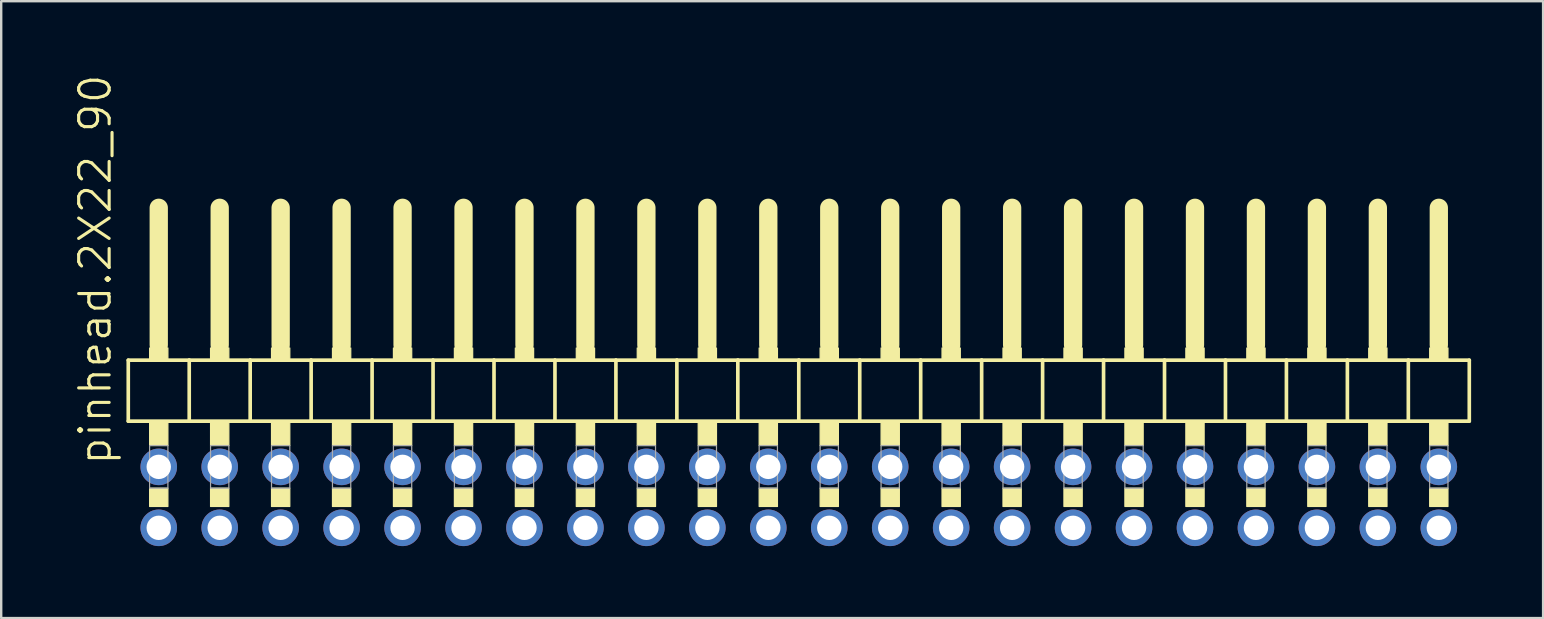
<source format=kicad_pcb>
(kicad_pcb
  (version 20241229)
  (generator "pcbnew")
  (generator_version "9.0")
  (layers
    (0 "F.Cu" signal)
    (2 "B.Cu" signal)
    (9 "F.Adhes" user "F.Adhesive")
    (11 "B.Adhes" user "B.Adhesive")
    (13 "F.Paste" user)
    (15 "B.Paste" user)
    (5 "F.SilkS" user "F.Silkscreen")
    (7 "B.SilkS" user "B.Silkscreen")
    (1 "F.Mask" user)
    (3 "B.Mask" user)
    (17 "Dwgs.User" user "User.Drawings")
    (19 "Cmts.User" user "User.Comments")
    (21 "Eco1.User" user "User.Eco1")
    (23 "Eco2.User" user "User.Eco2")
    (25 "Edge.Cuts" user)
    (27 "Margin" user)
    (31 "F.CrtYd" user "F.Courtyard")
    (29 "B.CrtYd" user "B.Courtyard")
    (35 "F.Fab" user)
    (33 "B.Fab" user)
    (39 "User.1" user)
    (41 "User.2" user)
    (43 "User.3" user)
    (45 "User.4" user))
  (footprint "pinhead.2X22_90"
    (layer "F.Cu")
    (at 30.235 12.594)
    (property "Reference" "pinhead.2X22_90" (at -28.575 3.81 90) (layer "F.SilkS") (effects (font (size 1.27 1.27) (thickness 0.13)) (justify left bottom)))
    (attr through_hole)
    (fp_line (start -27.94 -0.635) (end -27.94 1.905) (stroke (width 0.152) (type default)) (layer "F.SilkS"))
    (fp_line (start -27.94 1.905) (end -25.4 1.905) (stroke (width 0.152) (type default)) (layer "F.SilkS"))
    (fp_line (start -26.67 -6.985) (end -26.67 -1.27) (stroke (width 0.762) (type default)) (layer "F.SilkS"))
    (fp_line (start -25.4 -0.635) (end -27.94 -0.635) (stroke (width 0.152) (type default)) (layer "F.SilkS"))
    (fp_line (start -25.4 1.905) (end -25.4 -0.635) (stroke (width 0.152) (type default)) (layer "F.SilkS"))
    (fp_line (start -25.4 1.905) (end -22.86 1.905) (stroke (width 0.152) (type default)) (layer "F.SilkS"))
    (fp_line (start -24.13 -6.985) (end -24.13 -1.27) (stroke (width 0.762) (type default)) (layer "F.SilkS"))
    (fp_line (start -22.86 -0.635) (end -25.4 -0.635) (stroke (width 0.152) (type default)) (layer "F.SilkS"))
    (fp_line (start -22.86 1.905) (end -22.86 -0.635) (stroke (width 0.152) (type default)) (layer "F.SilkS"))
    (fp_line (start -22.86 1.905) (end -20.32 1.905) (stroke (width 0.152) (type default)) (layer "F.SilkS"))
    (fp_line (start -21.59 -6.985) (end -21.59 -1.27) (stroke (width 0.762) (type default)) (layer "F.SilkS"))
    (fp_line (start -20.32 -0.635) (end -22.86 -0.635) (stroke (width 0.152) (type default)) (layer "F.SilkS"))
    (fp_line (start -20.32 1.905) (end -20.32 -0.635) (stroke (width 0.152) (type default)) (layer "F.SilkS"))
    (fp_line (start -20.32 1.905) (end -17.78 1.905) (stroke (width 0.152) (type default)) (layer "F.SilkS"))
    (fp_line (start -19.05 -6.985) (end -19.05 -1.27) (stroke (width 0.762) (type default)) (layer "F.SilkS"))
    (fp_line (start -17.78 -0.635) (end -20.32 -0.635) (stroke (width 0.152) (type default)) (layer "F.SilkS"))
    (fp_line (start -17.78 1.905) (end -17.78 -0.635) (stroke (width 0.152) (type default)) (layer "F.SilkS"))
    (fp_line (start -17.78 1.905) (end -15.24 1.905) (stroke (width 0.152) (type default)) (layer "F.SilkS"))
    (fp_line (start -16.51 -6.985) (end -16.51 -1.27) (stroke (width 0.762) (type default)) (layer "F.SilkS"))
    (fp_line (start -15.24 -0.635) (end -17.78 -0.635) (stroke (width 0.152) (type default)) (layer "F.SilkS"))
    (fp_line (start -15.24 1.905) (end -15.24 -0.635) (stroke (width 0.152) (type default)) (layer "F.SilkS"))
    (fp_line (start -15.24 1.905) (end -12.7 1.905) (stroke (width 0.152) (type default)) (layer "F.SilkS"))
    (fp_line (start -13.97 -6.985) (end -13.97 -1.27) (stroke (width 0.762) (type default)) (layer "F.SilkS"))
    (fp_line (start -12.7 -0.635) (end -15.24 -0.635) (stroke (width 0.152) (type default)) (layer "F.SilkS"))
    (fp_line (start -12.7 1.905) (end -12.7 -0.635) (stroke (width 0.152) (type default)) (layer "F.SilkS"))
    (fp_line (start -12.7 1.905) (end -10.16 1.905) (stroke (width 0.152) (type default)) (layer "F.SilkS"))
    (fp_line (start -11.43 -6.985) (end -11.43 -1.27) (stroke (width 0.762) (type default)) (layer "F.SilkS"))
    (fp_line (start -10.16 -0.635) (end -12.7 -0.635) (stroke (width 0.152) (type default)) (layer "F.SilkS"))
    (fp_line (start -10.16 1.905) (end -10.16 -0.635) (stroke (width 0.152) (type default)) (layer "F.SilkS"))
    (fp_line (start -10.16 1.905) (end -7.62 1.905) (stroke (width 0.152) (type default)) (layer "F.SilkS"))
    (fp_line (start -8.89 -6.985) (end -8.89 -1.27) (stroke (width 0.762) (type default)) (layer "F.SilkS"))
    (fp_line (start -7.62 -0.635) (end -10.16 -0.635) (stroke (width 0.152) (type default)) (layer "F.SilkS"))
    (fp_line (start -7.62 1.905) (end -7.62 -0.635) (stroke (width 0.152) (type default)) (layer "F.SilkS"))
    (fp_line (start -7.62 1.905) (end -5.08 1.905) (stroke (width 0.152) (type default)) (layer "F.SilkS"))
    (fp_line (start -6.35 -6.985) (end -6.35 -1.27) (stroke (width 0.762) (type default)) (layer "F.SilkS"))
    (fp_line (start -5.08 -0.635) (end -7.62 -0.635) (stroke (width 0.152) (type default)) (layer "F.SilkS"))
    (fp_line (start -5.08 1.905) (end -5.08 -0.635) (stroke (width 0.152) (type default)) (layer "F.SilkS"))
    (fp_line (start -5.08 1.905) (end -2.54 1.905) (stroke (width 0.152) (type default)) (layer "F.SilkS"))
    (fp_line (start -3.81 -6.985) (end -3.81 -1.27) (stroke (width 0.762) (type default)) (layer "F.SilkS"))
    (fp_line (start -2.54 -0.635) (end -5.08 -0.635) (stroke (width 0.152) (type default)) (layer "F.SilkS"))
    (fp_line (start -2.54 1.905) (end -2.54 -0.635) (stroke (width 0.152) (type default)) (layer "F.SilkS"))
    (fp_line (start -2.54 1.905) (end 0 1.905) (stroke (width 0.152) (type default)) (layer "F.SilkS"))
    (fp_line (start -1.27 -6.985) (end -1.27 -1.27) (stroke (width 0.762) (type default)) (layer "F.SilkS"))
    (fp_line (start 0 -0.635) (end -2.54 -0.635) (stroke (width 0.152) (type default)) (layer "F.SilkS"))
    (fp_line (start 0 1.905) (end 0 -0.635) (stroke (width 0.152) (type default)) (layer "F.SilkS"))
    (fp_line (start 0 1.905) (end 2.54 1.905) (stroke (width 0.152) (type default)) (layer "F.SilkS"))
    (fp_line (start 1.27 -6.985) (end 1.27 -1.27) (stroke (width 0.762) (type default)) (layer "F.SilkS"))
    (fp_line (start 2.54 -0.635) (end 0 -0.635) (stroke (width 0.152) (type default)) (layer "F.SilkS"))
    (fp_line (start 2.54 1.905) (end 2.54 -0.635) (stroke (width 0.152) (type default)) (layer "F.SilkS"))
    (fp_line (start 2.54 1.905) (end 5.08 1.905) (stroke (width 0.152) (type default)) (layer "F.SilkS"))
    (fp_line (start 3.81 -6.985) (end 3.81 -1.27) (stroke (width 0.762) (type default)) (layer "F.SilkS"))
    (fp_line (start 5.08 -0.635) (end 2.54 -0.635) (stroke (width 0.152) (type default)) (layer "F.SilkS"))
    (fp_line (start 5.08 1.905) (end 5.08 -0.635) (stroke (width 0.152) (type default)) (layer "F.SilkS"))
    (fp_line (start 5.08 1.905) (end 7.62 1.905) (stroke (width 0.152) (type default)) (layer "F.SilkS"))
    (fp_line (start 6.35 -6.985) (end 6.35 -1.27) (stroke (width 0.762) (type default)) (layer "F.SilkS"))
    (fp_line (start 7.62 -0.635) (end 5.08 -0.635) (stroke (width 0.152) (type default)) (layer "F.SilkS"))
    (fp_line (start 7.62 1.905) (end 7.62 -0.635) (stroke (width 0.152) (type default)) (layer "F.SilkS"))
    (fp_line (start 7.62 1.905) (end 10.16 1.905) (stroke (width 0.152) (type default)) (layer "F.SilkS"))
    (fp_line (start 8.89 -6.985) (end 8.89 -1.27) (stroke (width 0.762) (type default)) (layer "F.SilkS"))
    (fp_line (start 10.16 -0.635) (end 7.62 -0.635) (stroke (width 0.152) (type default)) (layer "F.SilkS"))
    (fp_line (start 10.16 1.905) (end 10.16 -0.635) (stroke (width 0.152) (type default)) (layer "F.SilkS"))
    (fp_line (start 10.16 1.905) (end 12.7 1.905) (stroke (width 0.152) (type default)) (layer "F.SilkS"))
    (fp_line (start 11.43 -6.985) (end 11.43 -1.27) (stroke (width 0.762) (type default)) (layer "F.SilkS"))
    (fp_line (start 12.7 -0.635) (end 10.16 -0.635) (stroke (width 0.152) (type default)) (layer "F.SilkS"))
    (fp_line (start 12.7 1.905) (end 12.7 -0.635) (stroke (width 0.152) (type default)) (layer "F.SilkS"))
    (fp_line (start 12.7 1.905) (end 15.24 1.905) (stroke (width 0.152) (type default)) (layer "F.SilkS"))
    (fp_line (start 13.97 -6.985) (end 13.97 -1.27) (stroke (width 0.762) (type default)) (layer "F.SilkS"))
    (fp_line (start 15.24 -0.635) (end 12.7 -0.635) (stroke (width 0.152) (type default)) (layer "F.SilkS"))
    (fp_line (start 15.24 1.905) (end 15.24 -0.635) (stroke (width 0.152) (type default)) (layer "F.SilkS"))
    (fp_line (start 15.24 1.905) (end 17.78 1.905) (stroke (width 0.152) (type default)) (layer "F.SilkS"))
    (fp_line (start 16.51 -6.985) (end 16.51 -1.27) (stroke (width 0.762) (type default)) (layer "F.SilkS"))
    (fp_line (start 17.78 -0.635) (end 15.24 -0.635) (stroke (width 0.152) (type default)) (layer "F.SilkS"))
    (fp_line (start 17.78 1.905) (end 17.78 -0.635) (stroke (width 0.152) (type default)) (layer "F.SilkS"))
    (fp_line (start 17.78 1.905) (end 20.32 1.905) (stroke (width 0.152) (type default)) (layer "F.SilkS"))
    (fp_line (start 19.05 -6.985) (end 19.05 -1.27) (stroke (width 0.762) (type default)) (layer "F.SilkS"))
    (fp_line (start 20.32 -0.635) (end 17.78 -0.635) (stroke (width 0.152) (type default)) (layer "F.SilkS"))
    (fp_line (start 20.32 1.905) (end 20.32 -0.635) (stroke (width 0.152) (type default)) (layer "F.SilkS"))
    (fp_line (start 20.32 1.905) (end 22.86 1.905) (stroke (width 0.152) (type default)) (layer "F.SilkS"))
    (fp_line (start 21.59 -6.985) (end 21.59 -1.27) (stroke (width 0.762) (type default)) (layer "F.SilkS"))
    (fp_line (start 22.86 -0.635) (end 20.32 -0.635) (stroke (width 0.152) (type default)) (layer "F.SilkS"))
    (fp_line (start 22.86 1.905) (end 22.86 -0.635) (stroke (width 0.152) (type default)) (layer "F.SilkS"))
    (fp_line (start 22.86 1.905) (end 25.4 1.905) (stroke (width 0.152) (type default)) (layer "F.SilkS"))
    (fp_line (start 24.13 -6.985) (end 24.13 -1.27) (stroke (width 0.762) (type default)) (layer "F.SilkS"))
    (fp_line (start 25.4 -0.635) (end 22.86 -0.635) (stroke (width 0.152) (type default)) (layer "F.SilkS"))
    (fp_line (start 25.4 1.905) (end 25.4 -0.635) (stroke (width 0.152) (type default)) (layer "F.SilkS"))
    (fp_line (start 25.4 1.905) (end 27.94 1.905) (stroke (width 0.152) (type default)) (layer "F.SilkS"))
    (fp_line (start 26.67 -6.985) (end 26.67 -1.27) (stroke (width 0.762) (type default)) (layer "F.SilkS"))
    (fp_line (start 27.94 -0.635) (end 25.4 -0.635) (stroke (width 0.152) (type default)) (layer "F.SilkS"))
    (fp_line (start 27.94 1.905) (end 27.94 -0.635) (stroke (width 0.152) (type default)) (layer "F.SilkS"))
    (fp_rect (start -27.051 -0.635) (end -26.289 -1.143) (stroke (width 0.05) (type default)) (fill yes) (layer "F.SilkS"))
    (fp_rect (start -27.051 2.921) (end -26.289 1.905) (stroke (width 0.05) (type default)) (fill yes) (layer "F.SilkS"))
    (fp_rect (start -27.051 5.461) (end -26.289 4.699) (stroke (width 0.05) (type default)) (fill yes) (layer "F.SilkS"))
    (fp_rect (start -24.511 -0.635) (end -23.749 -1.143) (stroke (width 0.05) (type default)) (fill yes) (layer "F.SilkS"))
    (fp_rect (start -24.511 2.921) (end -23.749 1.905) (stroke (width 0.05) (type default)) (fill yes) (layer "F.SilkS"))
    (fp_rect (start -24.511 5.461) (end -23.749 4.699) (stroke (width 0.05) (type default)) (fill yes) (layer "F.SilkS"))
    (fp_rect (start -21.971 -0.635) (end -21.209 -1.143) (stroke (width 0.05) (type default)) (fill yes) (layer "F.SilkS"))
    (fp_rect (start -21.971 2.921) (end -21.209 1.905) (stroke (width 0.05) (type default)) (fill yes) (layer "F.SilkS"))
    (fp_rect (start -21.971 5.461) (end -21.209 4.699) (stroke (width 0.05) (type default)) (fill yes) (layer "F.SilkS"))
    (fp_rect (start -19.431 -0.635) (end -18.669 -1.143) (stroke (width 0.05) (type default)) (fill yes) (layer "F.SilkS"))
    (fp_rect (start -19.431 2.921) (end -18.669 1.905) (stroke (width 0.05) (type default)) (fill yes) (layer "F.SilkS"))
    (fp_rect (start -19.431 5.461) (end -18.669 4.699) (stroke (width 0.05) (type default)) (fill yes) (layer "F.SilkS"))
    (fp_rect (start -16.891 -0.635) (end -16.129 -1.143) (stroke (width 0.05) (type default)) (fill yes) (layer "F.SilkS"))
    (fp_rect (start -16.891 2.921) (end -16.129 1.905) (stroke (width 0.05) (type default)) (fill yes) (layer "F.SilkS"))
    (fp_rect (start -16.891 5.461) (end -16.129 4.699) (stroke (width 0.05) (type default)) (fill yes) (layer "F.SilkS"))
    (fp_rect (start -14.351 -0.635) (end -13.589 -1.143) (stroke (width 0.05) (type default)) (fill yes) (layer "F.SilkS"))
    (fp_rect (start -14.351 2.921) (end -13.589 1.905) (stroke (width 0.05) (type default)) (fill yes) (layer "F.SilkS"))
    (fp_rect (start -14.351 5.461) (end -13.589 4.699) (stroke (width 0.05) (type default)) (fill yes) (layer "F.SilkS"))
    (fp_rect (start -11.811 -0.635) (end -11.049 -1.143) (stroke (width 0.05) (type default)) (fill yes) (layer "F.SilkS"))
    (fp_rect (start -11.811 2.921) (end -11.049 1.905) (stroke (width 0.05) (type default)) (fill yes) (layer "F.SilkS"))
    (fp_rect (start -11.811 5.461) (end -11.049 4.699) (stroke (width 0.05) (type default)) (fill yes) (layer "F.SilkS"))
    (fp_rect (start -9.271 -0.635) (end -8.509 -1.143) (stroke (width 0.05) (type default)) (fill yes) (layer "F.SilkS"))
    (fp_rect (start -9.271 2.921) (end -8.509 1.905) (stroke (width 0.05) (type default)) (fill yes) (layer "F.SilkS"))
    (fp_rect (start -9.271 5.461) (end -8.509 4.699) (stroke (width 0.05) (type default)) (fill yes) (layer "F.SilkS"))
    (fp_rect (start -6.731 -0.635) (end -5.969 -1.143) (stroke (width 0.05) (type default)) (fill yes) (layer "F.SilkS"))
    (fp_rect (start -6.731 2.921) (end -5.969 1.905) (stroke (width 0.05) (type default)) (fill yes) (layer "F.SilkS"))
    (fp_rect (start -6.731 5.461) (end -5.969 4.699) (stroke (width 0.05) (type default)) (fill yes) (layer "F.SilkS"))
    (fp_rect (start -4.191 -0.635) (end -3.429 -1.143) (stroke (width 0.05) (type default)) (fill yes) (layer "F.SilkS"))
    (fp_rect (start -4.191 2.921) (end -3.429 1.905) (stroke (width 0.05) (type default)) (fill yes) (layer "F.SilkS"))
    (fp_rect (start -4.191 5.461) (end -3.429 4.699) (stroke (width 0.05) (type default)) (fill yes) (layer "F.SilkS"))
    (fp_rect (start -1.651 -0.635) (end -0.889 -1.143) (stroke (width 0.05) (type default)) (fill yes) (layer "F.SilkS"))
    (fp_rect (start -1.651 2.921) (end -0.889 1.905) (stroke (width 0.05) (type default)) (fill yes) (layer "F.SilkS"))
    (fp_rect (start -1.651 5.461) (end -0.889 4.699) (stroke (width 0.05) (type default)) (fill yes) (layer "F.SilkS"))
    (fp_rect (start 0.889 -0.635) (end 1.651 -1.143) (stroke (width 0.05) (type default)) (fill yes) (layer "F.SilkS"))
    (fp_rect (start 0.889 2.921) (end 1.651 1.905) (stroke (width 0.05) (type default)) (fill yes) (layer "F.SilkS"))
    (fp_rect (start 0.889 5.461) (end 1.651 4.699) (stroke (width 0.05) (type default)) (fill yes) (layer "F.SilkS"))
    (fp_rect (start 3.429 -0.635) (end 4.191 -1.143) (stroke (width 0.05) (type default)) (fill yes) (layer "F.SilkS"))
    (fp_rect (start 3.429 2.921) (end 4.191 1.905) (stroke (width 0.05) (type default)) (fill yes) (layer "F.SilkS"))
    (fp_rect (start 3.429 5.461) (end 4.191 4.699) (stroke (width 0.05) (type default)) (fill yes) (layer "F.SilkS"))
    (fp_rect (start 5.969 -0.635) (end 6.731 -1.143) (stroke (width 0.05) (type default)) (fill yes) (layer "F.SilkS"))
    (fp_rect (start 5.969 2.921) (end 6.731 1.905) (stroke (width 0.05) (type default)) (fill yes) (layer "F.SilkS"))
    (fp_rect (start 5.969 5.461) (end 6.731 4.699) (stroke (width 0.05) (type default)) (fill yes) (layer "F.SilkS"))
    (fp_rect (start 8.509 -0.635) (end 9.271 -1.143) (stroke (width 0.05) (type default)) (fill yes) (layer "F.SilkS"))
    (fp_rect (start 8.509 2.921) (end 9.271 1.905) (stroke (width 0.05) (type default)) (fill yes) (layer "F.SilkS"))
    (fp_rect (start 8.509 5.461) (end 9.271 4.699) (stroke (width 0.05) (type default)) (fill yes) (layer "F.SilkS"))
    (fp_rect (start 11.049 -0.635) (end 11.811 -1.143) (stroke (width 0.05) (type default)) (fill yes) (layer "F.SilkS"))
    (fp_rect (start 11.049 2.921) (end 11.811 1.905) (stroke (width 0.05) (type default)) (fill yes) (layer "F.SilkS"))
    (fp_rect (start 11.049 5.461) (end 11.811 4.699) (stroke (width 0.05) (type default)) (fill yes) (layer "F.SilkS"))
    (fp_rect (start 13.589 -0.635) (end 14.351 -1.143) (stroke (width 0.05) (type default)) (fill yes) (layer "F.SilkS"))
    (fp_rect (start 13.589 2.921) (end 14.351 1.905) (stroke (width 0.05) (type default)) (fill yes) (layer "F.SilkS"))
    (fp_rect (start 13.589 5.461) (end 14.351 4.699) (stroke (width 0.05) (type default)) (fill yes) (layer "F.SilkS"))
    (fp_rect (start 16.129 -0.635) (end 16.891 -1.143) (stroke (width 0.05) (type default)) (fill yes) (layer "F.SilkS"))
    (fp_rect (start 16.129 2.921) (end 16.891 1.905) (stroke (width 0.05) (type default)) (fill yes) (layer "F.SilkS"))
    (fp_rect (start 16.129 5.461) (end 16.891 4.699) (stroke (width 0.05) (type default)) (fill yes) (layer "F.SilkS"))
    (fp_rect (start 18.669 -0.635) (end 19.431 -1.143) (stroke (width 0.05) (type default)) (fill yes) (layer "F.SilkS"))
    (fp_rect (start 18.669 2.921) (end 19.431 1.905) (stroke (width 0.05) (type default)) (fill yes) (layer "F.SilkS"))
    (fp_rect (start 18.669 5.461) (end 19.431 4.699) (stroke (width 0.05) (type default)) (fill yes) (layer "F.SilkS"))
    (fp_rect (start 21.209 -0.635) (end 21.971 -1.143) (stroke (width 0.05) (type default)) (fill yes) (layer "F.SilkS"))
    (fp_rect (start 21.209 2.921) (end 21.971 1.905) (stroke (width 0.05) (type default)) (fill yes) (layer "F.SilkS"))
    (fp_rect (start 21.209 5.461) (end 21.971 4.699) (stroke (width 0.05) (type default)) (fill yes) (layer "F.SilkS"))
    (fp_rect (start 23.749 -0.635) (end 24.511 -1.143) (stroke (width 0.05) (type default)) (fill yes) (layer "F.SilkS"))
    (fp_rect (start 23.749 2.921) (end 24.511 1.905) (stroke (width 0.05) (type default)) (fill yes) (layer "F.SilkS"))
    (fp_rect (start 23.749 5.461) (end 24.511 4.699) (stroke (width 0.05) (type default)) (fill yes) (layer "F.SilkS"))
    (fp_rect (start 26.289 -0.635) (end 27.051 -1.143) (stroke (width 0.05) (type default)) (fill yes) (layer "F.SilkS"))
    (fp_rect (start 26.289 2.921) (end 27.051 1.905) (stroke (width 0.05) (type default)) (fill yes) (layer "F.SilkS"))
    (fp_rect (start 26.289 5.461) (end 27.051 4.699) (stroke (width 0.05) (type default)) (fill yes) (layer "F.SilkS"))
    (fp_rect (start -27.051 4.699) (end -26.289 2.921) (stroke (width 0.05) (type default)) (fill no) (layer "F.Fab"))
    (fp_rect (start -24.511 4.699) (end -23.749 2.921) (stroke (width 0.05) (type default)) (fill no) (layer "F.Fab"))
    (fp_rect (start -21.971 4.699) (end -21.209 2.921) (stroke (width 0.05) (type default)) (fill no) (layer "F.Fab"))
    (fp_rect (start -19.431 4.699) (end -18.669 2.921) (stroke (width 0.05) (type default)) (fill no) (layer "F.Fab"))
    (fp_rect (start -16.891 4.699) (end -16.129 2.921) (stroke (width 0.05) (type default)) (fill no) (layer "F.Fab"))
    (fp_rect (start -14.351 4.699) (end -13.589 2.921) (stroke (width 0.05) (type default)) (fill no) (layer "F.Fab"))
    (fp_rect (start -11.811 4.699) (end -11.049 2.921) (stroke (width 0.05) (type default)) (fill no) (layer "F.Fab"))
    (fp_rect (start -9.271 4.699) (end -8.509 2.921) (stroke (width 0.05) (type default)) (fill no) (layer "F.Fab"))
    (fp_rect (start -6.731 4.699) (end -5.969 2.921) (stroke (width 0.05) (type default)) (fill no) (layer "F.Fab"))
    (fp_rect (start -4.191 4.699) (end -3.429 2.921) (stroke (width 0.05) (type default)) (fill no) (layer "F.Fab"))
    (fp_rect (start -1.651 4.699) (end -0.889 2.921) (stroke (width 0.05) (type default)) (fill no) (layer "F.Fab"))
    (fp_rect (start 0.889 4.699) (end 1.651 2.921) (stroke (width 0.05) (type default)) (fill no) (layer "F.Fab"))
    (fp_rect (start 3.429 4.699) (end 4.191 2.921) (stroke (width 0.05) (type default)) (fill no) (layer "F.Fab"))
    (fp_rect (start 5.969 4.699) (end 6.731 2.921) (stroke (width 0.05) (type default)) (fill no) (layer "F.Fab"))
    (fp_rect (start 8.509 4.699) (end 9.271 2.921) (stroke (width 0.05) (type default)) (fill no) (layer "F.Fab"))
    (fp_rect (start 11.049 4.699) (end 11.811 2.921) (stroke (width 0.05) (type default)) (fill no) (layer "F.Fab"))
    (fp_rect (start 13.589 4.699) (end 14.351 2.921) (stroke (width 0.05) (type default)) (fill no) (layer "F.Fab"))
    (fp_rect (start 16.129 4.699) (end 16.891 2.921) (stroke (width 0.05) (type default)) (fill no) (layer "F.Fab"))
    (fp_rect (start 18.669 4.699) (end 19.431 2.921) (stroke (width 0.05) (type default)) (fill no) (layer "F.Fab"))
    (fp_rect (start 21.209 4.699) (end 21.971 2.921) (stroke (width 0.05) (type default)) (fill no) (layer "F.Fab"))
    (fp_rect (start 23.749 4.699) (end 24.511 2.921) (stroke (width 0.05) (type default)) (fill no) (layer "F.Fab"))
    (fp_rect (start 26.289 4.699) (end 27.051 2.921) (stroke (width 0.05) (type default)) (fill no) (layer "F.Fab"))
    (pad "1" thru_hole circle (at -26.67 6.35) (size 1.524 1.524) (drill 1.016) (layers "*.Cu" "*.Mask"))
    (pad "2" thru_hole circle (at -26.67 3.81) (size 1.524 1.524) (drill 1.016) (layers "*.Cu" "*.Mask"))
    (pad "3" thru_hole circle (at -24.13 6.35) (size 1.524 1.524) (drill 1.016) (layers "*.Cu" "*.Mask"))
    (pad "4" thru_hole circle (at -24.13 3.81) (size 1.524 1.524) (drill 1.016) (layers "*.Cu" "*.Mask"))
    (pad "5" thru_hole circle (at -21.59 6.35) (size 1.524 1.524) (drill 1.016) (layers "*.Cu" "*.Mask"))
    (pad "6" thru_hole circle (at -21.59 3.81) (size 1.524 1.524) (drill 1.016) (layers "*.Cu" "*.Mask"))
    (pad "7" thru_hole circle (at -19.05 6.35) (size 1.524 1.524) (drill 1.016) (layers "*.Cu" "*.Mask"))
    (pad "8" thru_hole circle (at -19.05 3.81) (size 1.524 1.524) (drill 1.016) (layers "*.Cu" "*.Mask"))
    (pad "9" thru_hole circle (at -16.51 6.35) (size 1.524 1.524) (drill 1.016) (layers "*.Cu" "*.Mask"))
    (pad "10" thru_hole circle (at -16.51 3.81) (size 1.524 1.524) (drill 1.016) (layers "*.Cu" "*.Mask"))
    (pad "11" thru_hole circle (at -13.97 6.35) (size 1.524 1.524) (drill 1.016) (layers "*.Cu" "*.Mask"))
    (pad "12" thru_hole circle (at -13.97 3.81) (size 1.524 1.524) (drill 1.016) (layers "*.Cu" "*.Mask"))
    (pad "13" thru_hole circle (at -11.43 6.35) (size 1.524 1.524) (drill 1.016) (layers "*.Cu" "*.Mask"))
    (pad "14" thru_hole circle (at -11.43 3.81) (size 1.524 1.524) (drill 1.016) (layers "*.Cu" "*.Mask"))
    (pad "15" thru_hole circle (at -8.89 6.35) (size 1.524 1.524) (drill 1.016) (layers "*.Cu" "*.Mask"))
    (pad "16" thru_hole circle (at -8.89 3.81) (size 1.524 1.524) (drill 1.016) (layers "*.Cu" "*.Mask"))
    (pad "17" thru_hole circle (at -6.35 6.35) (size 1.524 1.524) (drill 1.016) (layers "*.Cu" "*.Mask"))
    (pad "18" thru_hole circle (at -6.35 3.81) (size 1.524 1.524) (drill 1.016) (layers "*.Cu" "*.Mask"))
    (pad "19" thru_hole circle (at -3.81 6.35) (size 1.524 1.524) (drill 1.016) (layers "*.Cu" "*.Mask"))
    (pad "20" thru_hole circle (at -3.81 3.81) (size 1.524 1.524) (drill 1.016) (layers "*.Cu" "*.Mask"))
    (pad "21" thru_hole circle (at -1.27 6.35) (size 1.524 1.524) (drill 1.016) (layers "*.Cu" "*.Mask"))
    (pad "22" thru_hole circle (at -1.27 3.81) (size 1.524 1.524) (drill 1.016) (layers "*.Cu" "*.Mask"))
    (pad "23" thru_hole circle (at 1.27 6.35) (size 1.524 1.524) (drill 1.016) (layers "*.Cu" "*.Mask"))
    (pad "24" thru_hole circle (at 1.27 3.81) (size 1.524 1.524) (drill 1.016) (layers "*.Cu" "*.Mask"))
    (pad "25" thru_hole circle (at 3.81 6.35) (size 1.524 1.524) (drill 1.016) (layers "*.Cu" "*.Mask"))
    (pad "26" thru_hole circle (at 3.81 3.81) (size 1.524 1.524) (drill 1.016) (layers "*.Cu" "*.Mask"))
    (pad "27" thru_hole circle (at 6.35 6.35) (size 1.524 1.524) (drill 1.016) (layers "*.Cu" "*.Mask"))
    (pad "28" thru_hole circle (at 6.35 3.81) (size 1.524 1.524) (drill 1.016) (layers "*.Cu" "*.Mask"))
    (pad "29" thru_hole circle (at 8.89 6.35) (size 1.524 1.524) (drill 1.016) (layers "*.Cu" "*.Mask"))
    (pad "30" thru_hole circle (at 8.89 3.81) (size 1.524 1.524) (drill 1.016) (layers "*.Cu" "*.Mask"))
    (pad "31" thru_hole circle (at 11.43 6.35) (size 1.524 1.524) (drill 1.016) (layers "*.Cu" "*.Mask"))
    (pad "32" thru_hole circle (at 11.43 3.81) (size 1.524 1.524) (drill 1.016) (layers "*.Cu" "*.Mask"))
    (pad "33" thru_hole circle (at 13.97 6.35) (size 1.524 1.524) (drill 1.016) (layers "*.Cu" "*.Mask"))
    (pad "34" thru_hole circle (at 13.97 3.81) (size 1.524 1.524) (drill 1.016) (layers "*.Cu" "*.Mask"))
    (pad "35" thru_hole circle (at 16.51 6.35) (size 1.524 1.524) (drill 1.016) (layers "*.Cu" "*.Mask"))
    (pad "36" thru_hole circle (at 16.51 3.81) (size 1.524 1.524) (drill 1.016) (layers "*.Cu" "*.Mask"))
    (pad "37" thru_hole circle (at 19.05 6.35) (size 1.524 1.524) (drill 1.016) (layers "*.Cu" "*.Mask"))
    (pad "38" thru_hole circle (at 19.05 3.81) (size 1.524 1.524) (drill 1.016) (layers "*.Cu" "*.Mask"))
    (pad "39" thru_hole circle (at 21.59 6.35) (size 1.524 1.524) (drill 1.016) (layers "*.Cu" "*.Mask"))
    (pad "40" thru_hole circle (at 21.59 3.81) (size 1.524 1.524) (drill 1.016) (layers "*.Cu" "*.Mask"))
    (pad "41" thru_hole circle (at 24.13 3.81) (size 1.524 1.524) (drill 1.016) (layers "*.Cu" "*.Mask"))
    (pad "42" thru_hole circle (at 24.13 6.35) (size 1.524 1.524) (drill 1.016) (layers "*.Cu" "*.Mask"))
    (pad "43" thru_hole circle (at 26.67 3.81) (size 1.524 1.524) (drill 1.016) (layers "*.Cu" "*.Mask"))
    (pad "44" thru_hole circle (at 26.67 6.35) (size 1.524 1.524) (drill 1.016) (layers "*.Cu" "*.Mask")))
  (gr_rect
    (start -3 -3)
    (end 61.251 22.706)
    (stroke (width 0.1) (type default))
    (fill no)
    (layer "Edge.Cuts")))
</source>
